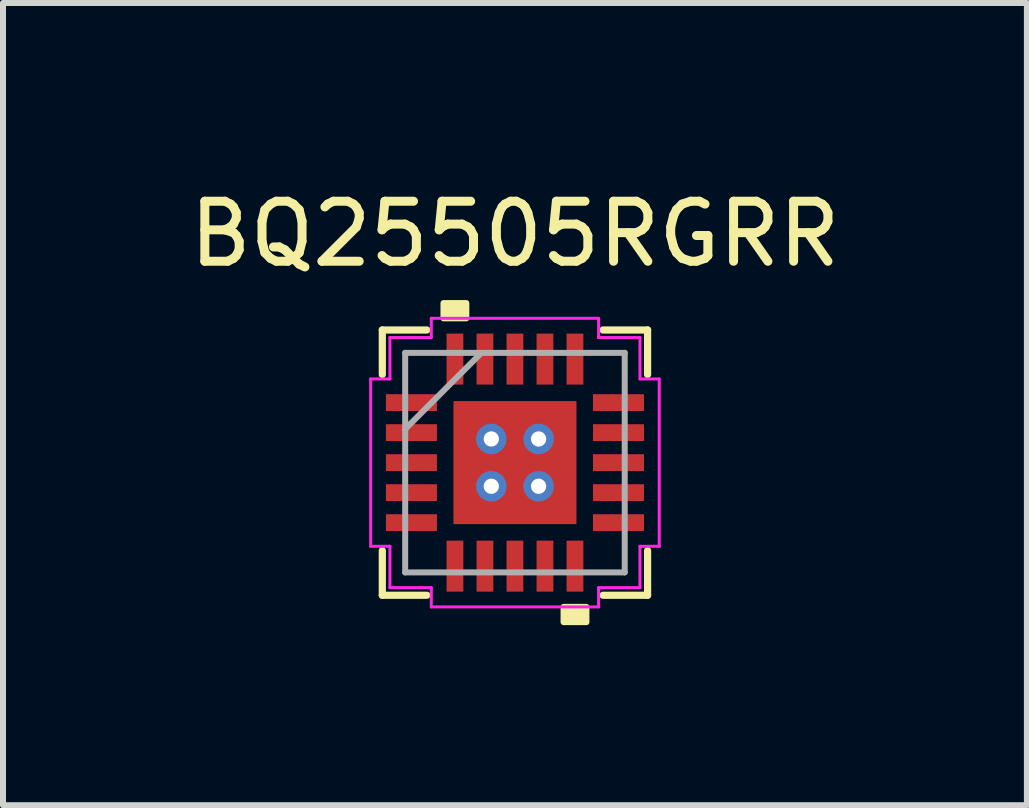
<source format=kicad_pcb>
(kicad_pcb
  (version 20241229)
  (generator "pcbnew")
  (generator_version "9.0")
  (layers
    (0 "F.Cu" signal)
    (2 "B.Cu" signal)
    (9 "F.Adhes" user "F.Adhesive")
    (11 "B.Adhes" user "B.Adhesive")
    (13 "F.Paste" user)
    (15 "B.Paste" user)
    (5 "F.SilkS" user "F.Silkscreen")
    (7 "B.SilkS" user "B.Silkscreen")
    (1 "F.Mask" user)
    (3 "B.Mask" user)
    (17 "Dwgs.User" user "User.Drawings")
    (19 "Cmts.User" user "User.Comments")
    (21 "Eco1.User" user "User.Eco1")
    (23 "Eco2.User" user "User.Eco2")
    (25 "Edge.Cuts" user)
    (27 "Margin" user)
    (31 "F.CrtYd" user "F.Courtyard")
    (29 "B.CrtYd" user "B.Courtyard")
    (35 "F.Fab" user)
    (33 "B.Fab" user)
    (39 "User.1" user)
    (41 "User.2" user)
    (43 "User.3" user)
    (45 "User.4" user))
  (footprint "BQ25505RGRR"
    (layer "F.Cu")
    (at 5.53 4.658)
    (property "Reference" "BQ25505RGRR" (at 0 -3.81 0) (layer "F.SilkS") (effects (font (size 1 1) (thickness 0.15))))
    (attr through_hole)
    (fp_poly (pts (xy -1.089 -1.089) (xy -0.594 -1.089) (xy -0.594 1.089) (xy -1.089 1.089)) (stroke (width 0.1) (type solid)) (fill yes) (layer "F.Mask"))
    (fp_poly (pts (xy -1.089 -1.089) (xy 1.089 -1.089) (xy 1.089 -0.594) (xy -1.089 -0.594)) (stroke (width 0.1) (type solid)) (fill yes) (layer "F.Mask"))
    (fp_poly (pts (xy -1.089 -0.194) (xy 1.089 -0.194) (xy 1.089 0.194) (xy -1.089 0.194)) (stroke (width 0.1) (type solid)) (fill yes) (layer "F.Mask"))
    (fp_poly (pts (xy -1.089 0.594) (xy 1.089 0.594) (xy 1.089 1.089) (xy -1.089 1.089)) (stroke (width 0.1) (type solid)) (fill yes) (layer "F.Mask"))
    (fp_poly (pts (xy 0.194 -1.089) (xy -0.194 -1.089) (xy -0.194 1.089) (xy 0.194 1.089)) (stroke (width 0.1) (type solid)) (fill yes) (layer "F.Mask"))
    (fp_poly (pts (xy 0.594 -1.089) (xy 1.089 -1.089) (xy 1.089 1.089) (xy 0.594 1.089)) (stroke (width 0.1) (type solid)) (fill yes) (layer "F.Mask"))
    (fp_line (start -2.21 -2.21) (end -2.21 -1.467) (stroke (width 0.12) (type solid)) (layer "F.SilkS"))
    (fp_line (start -2.21 1.467) (end -2.21 2.21) (stroke (width 0.12) (type solid)) (layer "F.SilkS"))
    (fp_line (start -2.21 2.21) (end -1.468 2.21) (stroke (width 0.12) (type solid)) (layer "F.SilkS"))
    (fp_line (start -1.468 -2.21) (end -2.21 -2.21) (stroke (width 0.12) (type solid)) (layer "F.SilkS"))
    (fp_line (start 1.468 2.21) (end 2.21 2.21) (stroke (width 0.12) (type solid)) (layer "F.SilkS"))
    (fp_line (start 2.21 -2.21) (end 1.468 -2.21) (stroke (width 0.12) (type solid)) (layer "F.SilkS"))
    (fp_line (start 2.21 -1.467) (end 2.21 -2.21) (stroke (width 0.12) (type solid)) (layer "F.SilkS"))
    (fp_line (start 2.21 2.21) (end 2.21 1.467) (stroke (width 0.12) (type solid)) (layer "F.SilkS"))
    (fp_poly (pts (xy -1.191 -2.404) (xy -1.191 -2.658) (xy -0.81 -2.658) (xy -0.81 -2.404)) (stroke (width 0.1) (type solid)) (fill yes) (layer "F.SilkS"))
    (fp_poly (pts (xy 0.81 2.404) (xy 0.81 2.658) (xy 1.191 2.658) (xy 1.191 2.404)) (stroke (width 0.1) (type solid)) (fill yes) (layer "F.SilkS"))
    (fp_poly (pts (xy -0.95 -0.95) (xy -0.95 -0.494) (xy -0.635 -0.494) (xy -0.494 -0.635) (xy -0.494 -0.95)) (stroke (width 0.1) (type solid)) (fill yes) (layer "F.Paste"))
    (fp_poly (pts (xy -0.95 0.494) (xy -0.95 0.95) (xy -0.494 0.95) (xy -0.494 0.635) (xy -0.635 0.494)) (stroke (width 0.1) (type solid)) (fill yes) (layer "F.Paste"))
    (fp_poly (pts (xy 0.494 -0.95) (xy 0.494 -0.635) (xy 0.635 -0.494) (xy 0.95 -0.494) (xy 0.95 -0.95)) (stroke (width 0.1) (type solid)) (fill yes) (layer "F.Paste"))
    (fp_poly (pts (xy 0.635 0.494) (xy 0.494 0.635) (xy 0.494 0.95) (xy 0.95 0.95) (xy 0.95 0.494)) (stroke (width 0.1) (type solid)) (fill yes) (layer "F.Paste"))
    (fp_poly (pts (xy -0.95 -0.294) (xy -0.95 0.294) (xy -0.635 0.294) (xy -0.494 0.152) (xy -0.494 -0.152) (xy -0.635 -0.294)) (stroke (width 0.1) (type solid)) (fill yes) (layer "F.Paste"))
    (fp_poly (pts (xy -0.294 -0.95) (xy -0.294 -0.635) (xy -0.152 -0.494) (xy 0.152 -0.494) (xy 0.294 -0.635) (xy 0.294 -0.95)) (stroke (width 0.1) (type solid)) (fill yes) (layer "F.Paste"))
    (fp_poly (pts (xy -0.152 0.494) (xy -0.294 0.635) (xy -0.294 0.95) (xy 0.294 0.95) (xy 0.294 0.635) (xy 0.152 0.494)) (stroke (width 0.1) (type solid)) (fill yes) (layer "F.Paste"))
    (fp_poly (pts (xy 0.635 -0.294) (xy 0.494 -0.152) (xy 0.494 0.152) (xy 0.635 0.294) (xy 0.95 0.294) (xy 0.95 -0.294)) (stroke (width 0.1) (type solid)) (fill yes) (layer "F.Paste"))
    (fp_poly (pts (xy -0.152 -0.294) (xy -0.294 -0.152) (xy -0.294 0.152) (xy -0.152 0.294) (xy 0.152 0.294) (xy 0.294 0.152) (xy 0.294 -0.152) (xy 0.152 -0.294)) (stroke (width 0.1) (type solid)) (fill yes) (layer "F.Paste"))
    (fp_line (start -2.404 -1.394) (end -2.083 -1.394) (stroke (width 0.05) (type solid)) (layer "F.CrtYd"))
    (fp_line (start -2.404 1.394) (end -2.404 -1.394) (stroke (width 0.05) (type solid)) (layer "F.CrtYd"))
    (fp_line (start -2.083 -2.083) (end -1.394 -2.083) (stroke (width 0.05) (type solid)) (layer "F.CrtYd"))
    (fp_line (start -2.083 -1.394) (end -2.083 -2.083) (stroke (width 0.05) (type solid)) (layer "F.CrtYd"))
    (fp_line (start -2.083 1.394) (end -2.404 1.394) (stroke (width 0.05) (type solid)) (layer "F.CrtYd"))
    (fp_line (start -2.083 2.083) (end -2.083 1.394) (stroke (width 0.05) (type solid)) (layer "F.CrtYd"))
    (fp_line (start -1.394 -2.404) (end 1.394 -2.404) (stroke (width 0.05) (type solid)) (layer "F.CrtYd"))
    (fp_line (start -1.394 -2.083) (end -1.394 -2.404) (stroke (width 0.05) (type solid)) (layer "F.CrtYd"))
    (fp_line (start -1.394 2.083) (end -2.083 2.083) (stroke (width 0.05) (type solid)) (layer "F.CrtYd"))
    (fp_line (start -1.394 2.404) (end -1.394 2.083) (stroke (width 0.05) (type solid)) (layer "F.CrtYd"))
    (fp_line (start 1.394 -2.404) (end 1.394 -2.083) (stroke (width 0.05) (type solid)) (layer "F.CrtYd"))
    (fp_line (start 1.394 -2.083) (end 2.083 -2.083) (stroke (width 0.05) (type solid)) (layer "F.CrtYd"))
    (fp_line (start 1.394 2.083) (end 1.394 2.404) (stroke (width 0.05) (type solid)) (layer "F.CrtYd"))
    (fp_line (start 1.394 2.404) (end -1.394 2.404) (stroke (width 0.05) (type solid)) (layer "F.CrtYd"))
    (fp_line (start 2.083 -2.083) (end 2.083 -1.394) (stroke (width 0.05) (type solid)) (layer "F.CrtYd"))
    (fp_line (start 2.083 -1.394) (end 2.404 -1.394) (stroke (width 0.05) (type solid)) (layer "F.CrtYd"))
    (fp_line (start 2.083 1.394) (end 2.083 2.083) (stroke (width 0.05) (type solid)) (layer "F.CrtYd"))
    (fp_line (start 2.083 2.083) (end 1.394 2.083) (stroke (width 0.05) (type solid)) (layer "F.CrtYd"))
    (fp_line (start 2.404 -1.394) (end 2.404 1.394) (stroke (width 0.05) (type solid)) (layer "F.CrtYd"))
    (fp_line (start 2.404 1.394) (end 2.083 1.394) (stroke (width 0.05) (type solid)) (layer "F.CrtYd"))
    (fp_line (start -1.829 -1.829) (end -1.829 1.829) (stroke (width 0.1) (type solid)) (layer "F.Fab"))
    (fp_line (start -1.829 -0.559) (end -0.559 -1.829) (stroke (width 0.1) (type solid)) (layer "F.Fab"))
    (fp_line (start -1.829 1.829) (end 1.829 1.829) (stroke (width 0.1) (type solid)) (layer "F.Fab"))
    (fp_line (start 1.829 -1.829) (end -1.829 -1.829) (stroke (width 0.1) (type solid)) (layer "F.Fab"))
    (fp_line (start 1.829 1.829) (end 1.829 -1.829) (stroke (width 0.1) (type solid)) (layer "F.Fab"))
    (pad "1" smd rect (at -1.725 -1 90) (size 0.28 0.85) (layers "F.Cu" "F.Mask" "F.Paste"))
    (pad "2" smd rect (at -1.725 -0.5 90) (size 0.28 0.85) (layers "F.Cu" "F.Mask" "F.Paste"))
    (pad "3" smd rect (at -1.725 0 90) (size 0.28 0.85) (layers "F.Cu" "F.Mask" "F.Paste"))
    (pad "4" smd rect (at -1.725 0.5 90) (size 0.28 0.85) (layers "F.Cu" "F.Mask" "F.Paste"))
    (pad "5" smd rect (at -1.725 1 90) (size 0.28 0.85) (layers "F.Cu" "F.Mask" "F.Paste"))
    (pad "6" smd rect (at -1 1.725) (size 0.28 0.85) (layers "F.Cu" "F.Mask" "F.Paste"))
    (pad "7" smd rect (at -0.5 1.725) (size 0.28 0.85) (layers "F.Cu" "F.Mask" "F.Paste"))
    (pad "8" smd rect (at 0 1.725) (size 0.28 0.85) (layers "F.Cu" "F.Mask" "F.Paste"))
    (pad "9" smd rect (at 0.5 1.725) (size 0.28 0.85) (layers "F.Cu" "F.Mask" "F.Paste"))
    (pad "10" smd rect (at 1 1.725) (size 0.28 0.85) (layers "F.Cu" "F.Mask" "F.Paste"))
    (pad "11" smd rect (at 1.725 1 90) (size 0.28 0.85) (layers "F.Cu" "F.Mask" "F.Paste"))
    (pad "12" smd rect (at 1.725 0.5 90) (size 0.28 0.85) (layers "F.Cu" "F.Mask" "F.Paste"))
    (pad "13" smd rect (at 1.725 0 90) (size 0.28 0.85) (layers "F.Cu" "F.Mask" "F.Paste"))
    (pad "14" smd rect (at 1.725 -0.5 90) (size 0.28 0.85) (layers "F.Cu" "F.Mask" "F.Paste"))
    (pad "15" smd rect (at 1.725 -1 90) (size 0.28 0.85) (layers "F.Cu" "F.Mask" "F.Paste"))
    (pad "16" smd rect (at 1 -1.725) (size 0.28 0.85) (layers "F.Cu" "F.Mask" "F.Paste"))
    (pad "17" smd rect (at 0.5 -1.725) (size 0.28 0.85) (layers "F.Cu" "F.Mask" "F.Paste"))
    (pad "18" smd rect (at 0 -1.725) (size 0.28 0.85) (layers "F.Cu" "F.Mask" "F.Paste"))
    (pad "19" smd rect (at -0.5 -1.725) (size 0.28 0.85) (layers "F.Cu" "F.Mask" "F.Paste"))
    (pad "20" smd rect (at -1 -1.725) (size 0.28 0.85) (layers "F.Cu" "F.Mask" "F.Paste"))
    (pad "21" smd rect (at 0 0) (size 2.05 2.05) (layers "F.Cu" "F.Mask" "F.Paste"))
    (pad "V" thru_hole circle (at -0.394 -0.394) (size 0.508 0.508) (drill 0.254) (layers "*.Cu" "*.Mask"))
    (pad "V" thru_hole circle (at -0.394 0.394) (size 0.508 0.508) (drill 0.254) (layers "*.Cu" "*.Mask"))
    (pad "V" thru_hole circle (at 0.394 -0.394) (size 0.508 0.508) (drill 0.254) (layers "*.Cu" "*.Mask"))
    (pad "V" thru_hole circle (at 0.394 0.394) (size 0.508 0.508) (drill 0.254) (layers "*.Cu" "*.Mask")))
  (gr_rect
    (start -3 -3)
    (end 14.06 10.366)
    (stroke (width 0.1) (type default))
    (fill no)
    (layer "Edge.Cuts")))
</source>
